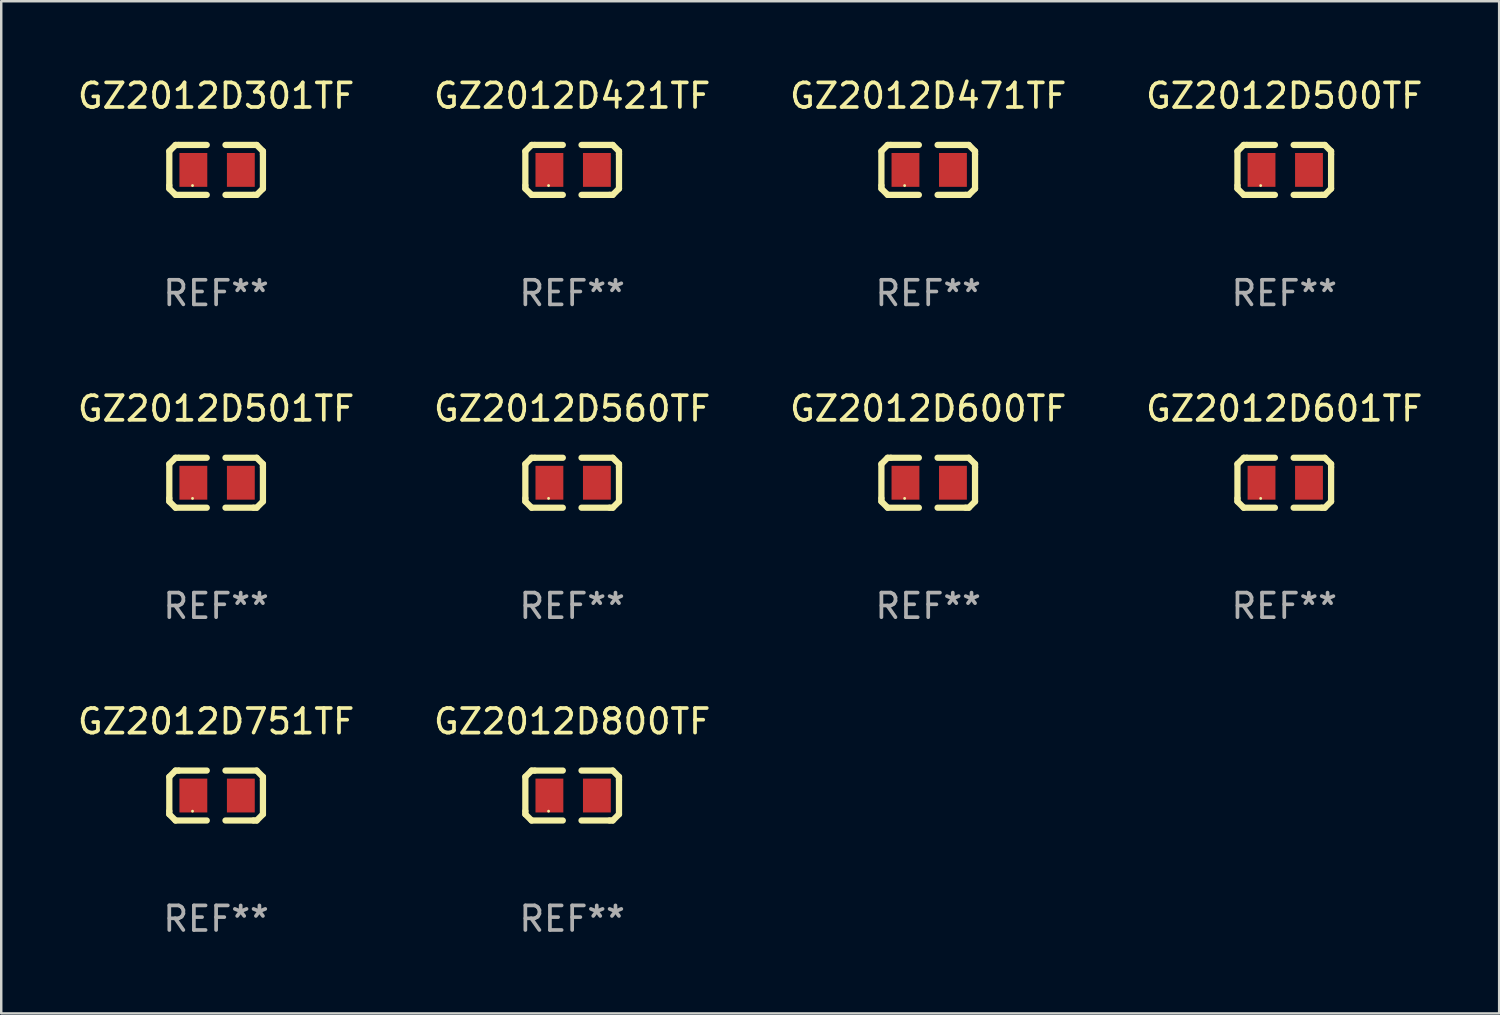
<source format=kicad_pcb>
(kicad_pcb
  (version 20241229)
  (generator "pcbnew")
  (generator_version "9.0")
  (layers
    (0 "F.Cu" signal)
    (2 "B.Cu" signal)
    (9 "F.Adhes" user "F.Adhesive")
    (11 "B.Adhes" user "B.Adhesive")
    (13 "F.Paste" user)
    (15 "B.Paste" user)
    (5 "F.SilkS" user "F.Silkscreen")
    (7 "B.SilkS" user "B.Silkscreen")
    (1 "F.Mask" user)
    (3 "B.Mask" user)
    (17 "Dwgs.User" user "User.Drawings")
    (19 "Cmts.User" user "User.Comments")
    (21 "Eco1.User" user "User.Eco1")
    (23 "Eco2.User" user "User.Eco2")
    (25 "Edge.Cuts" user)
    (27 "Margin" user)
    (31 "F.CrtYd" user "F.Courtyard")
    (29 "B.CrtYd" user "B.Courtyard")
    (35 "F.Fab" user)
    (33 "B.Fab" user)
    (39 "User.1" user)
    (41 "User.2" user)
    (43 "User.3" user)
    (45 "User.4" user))
  (footprint "GZ2012D421TF"
    (layer "F.Cu")
    (at 20.232 3.864)
    (property "Reference" "GZ2012D421TF" (at 0 -3.016 0) (layer "F.SilkS") (effects (font (size 1 1) (thickness 0.15))))
    (attr through_hole)
    (fp_line (start -1.905 -0.762) (end -1.905 0.635) (stroke (width 0.254) (type solid)) (layer "F.SilkS"))
    (fp_line (start -1.905 0.635) (end -1.905 0.762) (stroke (width 0.254) (type solid)) (layer "F.SilkS"))
    (fp_line (start -1.905 0.762) (end -1.651 1.016) (stroke (width 0.254) (type solid)) (layer "F.SilkS"))
    (fp_line (start -1.651 -1.016) (end -1.905 -0.762) (stroke (width 0.254) (type solid)) (layer "F.SilkS"))
    (fp_line (start -1.651 1.016) (end -0.381 1.016) (stroke (width 0.254) (type solid)) (layer "F.SilkS"))
    (fp_line (start -1.524 -1.016) (end -1.651 -1.016) (stroke (width 0.254) (type solid)) (layer "F.SilkS"))
    (fp_line (start -0.381 -1.016) (end -1.524 -1.016) (stroke (width 0.254) (type solid)) (layer "F.SilkS"))
    (fp_line (start 0.381 1.016) (end 1.524 1.016) (stroke (width 0.254) (type solid)) (layer "F.SilkS"))
    (fp_line (start 1.524 1.016) (end 1.651 1.016) (stroke (width 0.254) (type solid)) (layer "F.SilkS"))
    (fp_line (start 1.651 -1.016) (end 0.381 -1.016) (stroke (width 0.254) (type solid)) (layer "F.SilkS"))
    (fp_line (start 1.651 1.016) (end 1.905 0.762) (stroke (width 0.254) (type solid)) (layer "F.SilkS"))
    (fp_line (start 1.905 -0.762) (end 1.651 -1.016) (stroke (width 0.254) (type solid)) (layer "F.SilkS"))
    (fp_line (start 1.905 -0.635) (end 1.905 -0.762) (stroke (width 0.254) (type solid)) (layer "F.SilkS"))
    (fp_line (start 1.905 0.762) (end 1.905 -0.635) (stroke (width 0.254) (type solid)) (layer "F.SilkS"))
    (fp_circle (center -0.96 0.637) (end -0.93 0.637) (stroke (width 0.06) (type solid)) (fill no) (layer "F.SilkS"))
    (fp_text user "REF**" (at 0 5.016 0) (layer "F.Fab") (effects (font (size 1 1) (thickness 0.15))))
    (pad "1" smd rect (at -0.926 -0.000051) (size 1.133 1.377) (layers "F.Cu" "F.Mask" "F.Paste"))
    (pad "2" smd rect (at 1.006 -0.000051) (size 1.133 1.377) (layers "F.Cu" "F.Mask" "F.Paste")))
  (footprint "GZ2012D751TF"
    (layer "F.Cu")
    (at 5.744 29.321)
    (property "Reference" "GZ2012D751TF" (at 0 -3.016 0) (layer "F.SilkS") (effects (font (size 1 1) (thickness 0.15))))
    (attr through_hole)
    (fp_line (start -1.905 -0.762) (end -1.905 0.635) (stroke (width 0.254) (type solid)) (layer "F.SilkS"))
    (fp_line (start -1.905 0.635) (end -1.905 0.762) (stroke (width 0.254) (type solid)) (layer "F.SilkS"))
    (fp_line (start -1.905 0.762) (end -1.651 1.016) (stroke (width 0.254) (type solid)) (layer "F.SilkS"))
    (fp_line (start -1.651 -1.016) (end -1.905 -0.762) (stroke (width 0.254) (type solid)) (layer "F.SilkS"))
    (fp_line (start -1.651 1.016) (end -0.381 1.016) (stroke (width 0.254) (type solid)) (layer "F.SilkS"))
    (fp_line (start -1.524 -1.016) (end -1.651 -1.016) (stroke (width 0.254) (type solid)) (layer "F.SilkS"))
    (fp_line (start -0.381 -1.016) (end -1.524 -1.016) (stroke (width 0.254) (type solid)) (layer "F.SilkS"))
    (fp_line (start 0.381 1.016) (end 1.524 1.016) (stroke (width 0.254) (type solid)) (layer "F.SilkS"))
    (fp_line (start 1.524 1.016) (end 1.651 1.016) (stroke (width 0.254) (type solid)) (layer "F.SilkS"))
    (fp_line (start 1.651 -1.016) (end 0.381 -1.016) (stroke (width 0.254) (type solid)) (layer "F.SilkS"))
    (fp_line (start 1.651 1.016) (end 1.905 0.762) (stroke (width 0.254) (type solid)) (layer "F.SilkS"))
    (fp_line (start 1.905 -0.762) (end 1.651 -1.016) (stroke (width 0.254) (type solid)) (layer "F.SilkS"))
    (fp_line (start 1.905 -0.635) (end 1.905 -0.762) (stroke (width 0.254) (type solid)) (layer "F.SilkS"))
    (fp_line (start 1.905 0.762) (end 1.905 -0.635) (stroke (width 0.254) (type solid)) (layer "F.SilkS"))
    (fp_circle (center -0.96 0.637) (end -0.93 0.637) (stroke (width 0.06) (type solid)) (fill no) (layer "F.SilkS"))
    (fp_text user "REF**" (at 0 5.016 0) (layer "F.Fab") (effects (font (size 1 1) (thickness 0.15))))
    (pad "1" smd rect (at -0.926 -0.000051) (size 1.133 1.377) (layers "F.Cu" "F.Mask" "F.Paste"))
    (pad "2" smd rect (at 1.006 -0.000051) (size 1.133 1.377) (layers "F.Cu" "F.Mask" "F.Paste")))
  (footprint "GZ2012D800TF"
    (layer "F.Cu")
    (at 20.232 29.321)
    (property "Reference" "GZ2012D800TF" (at 0 -3.016 0) (layer "F.SilkS") (effects (font (size 1 1) (thickness 0.15))))
    (attr through_hole)
    (fp_line (start -1.905 -0.762) (end -1.905 0.635) (stroke (width 0.254) (type solid)) (layer "F.SilkS"))
    (fp_line (start -1.905 0.635) (end -1.905 0.762) (stroke (width 0.254) (type solid)) (layer "F.SilkS"))
    (fp_line (start -1.905 0.762) (end -1.651 1.016) (stroke (width 0.254) (type solid)) (layer "F.SilkS"))
    (fp_line (start -1.651 -1.016) (end -1.905 -0.762) (stroke (width 0.254) (type solid)) (layer "F.SilkS"))
    (fp_line (start -1.651 1.016) (end -0.381 1.016) (stroke (width 0.254) (type solid)) (layer "F.SilkS"))
    (fp_line (start -1.524 -1.016) (end -1.651 -1.016) (stroke (width 0.254) (type solid)) (layer "F.SilkS"))
    (fp_line (start -0.381 -1.016) (end -1.524 -1.016) (stroke (width 0.254) (type solid)) (layer "F.SilkS"))
    (fp_line (start 0.381 1.016) (end 1.524 1.016) (stroke (width 0.254) (type solid)) (layer "F.SilkS"))
    (fp_line (start 1.524 1.016) (end 1.651 1.016) (stroke (width 0.254) (type solid)) (layer "F.SilkS"))
    (fp_line (start 1.651 -1.016) (end 0.381 -1.016) (stroke (width 0.254) (type solid)) (layer "F.SilkS"))
    (fp_line (start 1.651 1.016) (end 1.905 0.762) (stroke (width 0.254) (type solid)) (layer "F.SilkS"))
    (fp_line (start 1.905 -0.762) (end 1.651 -1.016) (stroke (width 0.254) (type solid)) (layer "F.SilkS"))
    (fp_line (start 1.905 -0.635) (end 1.905 -0.762) (stroke (width 0.254) (type solid)) (layer "F.SilkS"))
    (fp_line (start 1.905 0.762) (end 1.905 -0.635) (stroke (width 0.254) (type solid)) (layer "F.SilkS"))
    (fp_circle (center -0.96 0.637) (end -0.93 0.637) (stroke (width 0.06) (type solid)) (fill no) (layer "F.SilkS"))
    (fp_text user "REF**" (at 0 5.016 0) (layer "F.Fab") (effects (font (size 1 1) (thickness 0.15))))
    (pad "1" smd rect (at -0.926 -0.000051) (size 1.133 1.377) (layers "F.Cu" "F.Mask" "F.Paste"))
    (pad "2" smd rect (at 1.006 -0.000051) (size 1.133 1.377) (layers "F.Cu" "F.Mask" "F.Paste")))
  (footprint "GZ2012D471TF"
    (layer "F.Cu")
    (at 34.72 3.864)
    (property "Reference" "GZ2012D471TF" (at 0 -3.016 0) (layer "F.SilkS") (effects (font (size 1 1) (thickness 0.15))))
    (attr through_hole)
    (fp_line (start -1.905 -0.762) (end -1.905 0.635) (stroke (width 0.254) (type solid)) (layer "F.SilkS"))
    (fp_line (start -1.905 0.635) (end -1.905 0.762) (stroke (width 0.254) (type solid)) (layer "F.SilkS"))
    (fp_line (start -1.905 0.762) (end -1.651 1.016) (stroke (width 0.254) (type solid)) (layer "F.SilkS"))
    (fp_line (start -1.651 -1.016) (end -1.905 -0.762) (stroke (width 0.254) (type solid)) (layer "F.SilkS"))
    (fp_line (start -1.651 1.016) (end -0.381 1.016) (stroke (width 0.254) (type solid)) (layer "F.SilkS"))
    (fp_line (start -1.524 -1.016) (end -1.651 -1.016) (stroke (width 0.254) (type solid)) (layer "F.SilkS"))
    (fp_line (start -0.381 -1.016) (end -1.524 -1.016) (stroke (width 0.254) (type solid)) (layer "F.SilkS"))
    (fp_line (start 0.381 1.016) (end 1.524 1.016) (stroke (width 0.254) (type solid)) (layer "F.SilkS"))
    (fp_line (start 1.524 1.016) (end 1.651 1.016) (stroke (width 0.254) (type solid)) (layer "F.SilkS"))
    (fp_line (start 1.651 -1.016) (end 0.381 -1.016) (stroke (width 0.254) (type solid)) (layer "F.SilkS"))
    (fp_line (start 1.651 1.016) (end 1.905 0.762) (stroke (width 0.254) (type solid)) (layer "F.SilkS"))
    (fp_line (start 1.905 -0.762) (end 1.651 -1.016) (stroke (width 0.254) (type solid)) (layer "F.SilkS"))
    (fp_line (start 1.905 -0.635) (end 1.905 -0.762) (stroke (width 0.254) (type solid)) (layer "F.SilkS"))
    (fp_line (start 1.905 0.762) (end 1.905 -0.635) (stroke (width 0.254) (type solid)) (layer "F.SilkS"))
    (fp_circle (center -0.96 0.637) (end -0.93 0.637) (stroke (width 0.06) (type solid)) (fill no) (layer "F.SilkS"))
    (fp_text user "REF**" (at 0 5.016 0) (layer "F.Fab") (effects (font (size 1 1) (thickness 0.15))))
    (pad "1" smd rect (at -0.926 -0.000051) (size 1.133 1.377) (layers "F.Cu" "F.Mask" "F.Paste"))
    (pad "2" smd rect (at 1.006 -0.000051) (size 1.133 1.377) (layers "F.Cu" "F.Mask" "F.Paste")))
  (footprint "GZ2012D501TF"
    (layer "F.Cu")
    (at 5.744 16.593)
    (property "Reference" "GZ2012D501TF" (at 0 -3.016 0) (layer "F.SilkS") (effects (font (size 1 1) (thickness 0.15))))
    (attr through_hole)
    (fp_line (start -1.905 -0.762) (end -1.905 0.635) (stroke (width 0.254) (type solid)) (layer "F.SilkS"))
    (fp_line (start -1.905 0.635) (end -1.905 0.762) (stroke (width 0.254) (type solid)) (layer "F.SilkS"))
    (fp_line (start -1.905 0.762) (end -1.651 1.016) (stroke (width 0.254) (type solid)) (layer "F.SilkS"))
    (fp_line (start -1.651 -1.016) (end -1.905 -0.762) (stroke (width 0.254) (type solid)) (layer "F.SilkS"))
    (fp_line (start -1.651 1.016) (end -0.381 1.016) (stroke (width 0.254) (type solid)) (layer "F.SilkS"))
    (fp_line (start -1.524 -1.016) (end -1.651 -1.016) (stroke (width 0.254) (type solid)) (layer "F.SilkS"))
    (fp_line (start -0.381 -1.016) (end -1.524 -1.016) (stroke (width 0.254) (type solid)) (layer "F.SilkS"))
    (fp_line (start 0.381 1.016) (end 1.524 1.016) (stroke (width 0.254) (type solid)) (layer "F.SilkS"))
    (fp_line (start 1.524 1.016) (end 1.651 1.016) (stroke (width 0.254) (type solid)) (layer "F.SilkS"))
    (fp_line (start 1.651 -1.016) (end 0.381 -1.016) (stroke (width 0.254) (type solid)) (layer "F.SilkS"))
    (fp_line (start 1.651 1.016) (end 1.905 0.762) (stroke (width 0.254) (type solid)) (layer "F.SilkS"))
    (fp_line (start 1.905 -0.762) (end 1.651 -1.016) (stroke (width 0.254) (type solid)) (layer "F.SilkS"))
    (fp_line (start 1.905 -0.635) (end 1.905 -0.762) (stroke (width 0.254) (type solid)) (layer "F.SilkS"))
    (fp_line (start 1.905 0.762) (end 1.905 -0.635) (stroke (width 0.254) (type solid)) (layer "F.SilkS"))
    (fp_circle (center -0.96 0.637) (end -0.93 0.637) (stroke (width 0.06) (type solid)) (fill no) (layer "F.SilkS"))
    (fp_text user "REF**" (at 0 5.016 0) (layer "F.Fab") (effects (font (size 1 1) (thickness 0.15))))
    (pad "1" smd rect (at -0.926 -0.000051) (size 1.133 1.377) (layers "F.Cu" "F.Mask" "F.Paste"))
    (pad "2" smd rect (at 1.006 -0.000051) (size 1.133 1.377) (layers "F.Cu" "F.Mask" "F.Paste")))
  (footprint "GZ2012D500TF"
    (layer "F.Cu")
    (at 49.208 3.864)
    (property "Reference" "GZ2012D500TF" (at 0 -3.016 0) (layer "F.SilkS") (effects (font (size 1 1) (thickness 0.15))))
    (attr through_hole)
    (fp_line (start -1.905 -0.762) (end -1.905 0.635) (stroke (width 0.254) (type solid)) (layer "F.SilkS"))
    (fp_line (start -1.905 0.635) (end -1.905 0.762) (stroke (width 0.254) (type solid)) (layer "F.SilkS"))
    (fp_line (start -1.905 0.762) (end -1.651 1.016) (stroke (width 0.254) (type solid)) (layer "F.SilkS"))
    (fp_line (start -1.651 -1.016) (end -1.905 -0.762) (stroke (width 0.254) (type solid)) (layer "F.SilkS"))
    (fp_line (start -1.651 1.016) (end -0.381 1.016) (stroke (width 0.254) (type solid)) (layer "F.SilkS"))
    (fp_line (start -1.524 -1.016) (end -1.651 -1.016) (stroke (width 0.254) (type solid)) (layer "F.SilkS"))
    (fp_line (start -0.381 -1.016) (end -1.524 -1.016) (stroke (width 0.254) (type solid)) (layer "F.SilkS"))
    (fp_line (start 0.381 1.016) (end 1.524 1.016) (stroke (width 0.254) (type solid)) (layer "F.SilkS"))
    (fp_line (start 1.524 1.016) (end 1.651 1.016) (stroke (width 0.254) (type solid)) (layer "F.SilkS"))
    (fp_line (start 1.651 -1.016) (end 0.381 -1.016) (stroke (width 0.254) (type solid)) (layer "F.SilkS"))
    (fp_line (start 1.651 1.016) (end 1.905 0.762) (stroke (width 0.254) (type solid)) (layer "F.SilkS"))
    (fp_line (start 1.905 -0.762) (end 1.651 -1.016) (stroke (width 0.254) (type solid)) (layer "F.SilkS"))
    (fp_line (start 1.905 -0.635) (end 1.905 -0.762) (stroke (width 0.254) (type solid)) (layer "F.SilkS"))
    (fp_line (start 1.905 0.762) (end 1.905 -0.635) (stroke (width 0.254) (type solid)) (layer "F.SilkS"))
    (fp_circle (center -0.96 0.637) (end -0.93 0.637) (stroke (width 0.06) (type solid)) (fill no) (layer "F.SilkS"))
    (fp_text user "REF**" (at 0 5.016 0) (layer "F.Fab") (effects (font (size 1 1) (thickness 0.15))))
    (pad "1" smd rect (at -0.926 -0.000051) (size 1.133 1.377) (layers "F.Cu" "F.Mask" "F.Paste"))
    (pad "2" smd rect (at 1.006 -0.000051) (size 1.133 1.377) (layers "F.Cu" "F.Mask" "F.Paste")))
  (footprint "GZ2012D560TF"
    (layer "F.Cu")
    (at 20.232 16.593)
    (property "Reference" "GZ2012D560TF" (at 0 -3.016 0) (layer "F.SilkS") (effects (font (size 1 1) (thickness 0.15))))
    (attr through_hole)
    (fp_line (start -1.905 -0.762) (end -1.905 0.635) (stroke (width 0.254) (type solid)) (layer "F.SilkS"))
    (fp_line (start -1.905 0.635) (end -1.905 0.762) (stroke (width 0.254) (type solid)) (layer "F.SilkS"))
    (fp_line (start -1.905 0.762) (end -1.651 1.016) (stroke (width 0.254) (type solid)) (layer "F.SilkS"))
    (fp_line (start -1.651 -1.016) (end -1.905 -0.762) (stroke (width 0.254) (type solid)) (layer "F.SilkS"))
    (fp_line (start -1.651 1.016) (end -0.381 1.016) (stroke (width 0.254) (type solid)) (layer "F.SilkS"))
    (fp_line (start -1.524 -1.016) (end -1.651 -1.016) (stroke (width 0.254) (type solid)) (layer "F.SilkS"))
    (fp_line (start -0.381 -1.016) (end -1.524 -1.016) (stroke (width 0.254) (type solid)) (layer "F.SilkS"))
    (fp_line (start 0.381 1.016) (end 1.524 1.016) (stroke (width 0.254) (type solid)) (layer "F.SilkS"))
    (fp_line (start 1.524 1.016) (end 1.651 1.016) (stroke (width 0.254) (type solid)) (layer "F.SilkS"))
    (fp_line (start 1.651 -1.016) (end 0.381 -1.016) (stroke (width 0.254) (type solid)) (layer "F.SilkS"))
    (fp_line (start 1.651 1.016) (end 1.905 0.762) (stroke (width 0.254) (type solid)) (layer "F.SilkS"))
    (fp_line (start 1.905 -0.762) (end 1.651 -1.016) (stroke (width 0.254) (type solid)) (layer "F.SilkS"))
    (fp_line (start 1.905 -0.635) (end 1.905 -0.762) (stroke (width 0.254) (type solid)) (layer "F.SilkS"))
    (fp_line (start 1.905 0.762) (end 1.905 -0.635) (stroke (width 0.254) (type solid)) (layer "F.SilkS"))
    (fp_circle (center -0.96 0.637) (end -0.93 0.637) (stroke (width 0.06) (type solid)) (fill no) (layer "F.SilkS"))
    (fp_text user "REF**" (at 0 5.016 0) (layer "F.Fab") (effects (font (size 1 1) (thickness 0.15))))
    (pad "1" smd rect (at -0.926 -0.000051) (size 1.133 1.377) (layers "F.Cu" "F.Mask" "F.Paste"))
    (pad "2" smd rect (at 1.006 -0.000051) (size 1.133 1.377) (layers "F.Cu" "F.Mask" "F.Paste")))
  (footprint "GZ2012D600TF"
    (layer "F.Cu")
    (at 34.72 16.593)
    (property "Reference" "GZ2012D600TF" (at 0 -3.016 0) (layer "F.SilkS") (effects (font (size 1 1) (thickness 0.15))))
    (attr through_hole)
    (fp_line (start -1.905 -0.762) (end -1.905 0.635) (stroke (width 0.254) (type solid)) (layer "F.SilkS"))
    (fp_line (start -1.905 0.635) (end -1.905 0.762) (stroke (width 0.254) (type solid)) (layer "F.SilkS"))
    (fp_line (start -1.905 0.762) (end -1.651 1.016) (stroke (width 0.254) (type solid)) (layer "F.SilkS"))
    (fp_line (start -1.651 -1.016) (end -1.905 -0.762) (stroke (width 0.254) (type solid)) (layer "F.SilkS"))
    (fp_line (start -1.651 1.016) (end -0.381 1.016) (stroke (width 0.254) (type solid)) (layer "F.SilkS"))
    (fp_line (start -1.524 -1.016) (end -1.651 -1.016) (stroke (width 0.254) (type solid)) (layer "F.SilkS"))
    (fp_line (start -0.381 -1.016) (end -1.524 -1.016) (stroke (width 0.254) (type solid)) (layer "F.SilkS"))
    (fp_line (start 0.381 1.016) (end 1.524 1.016) (stroke (width 0.254) (type solid)) (layer "F.SilkS"))
    (fp_line (start 1.524 1.016) (end 1.651 1.016) (stroke (width 0.254) (type solid)) (layer "F.SilkS"))
    (fp_line (start 1.651 -1.016) (end 0.381 -1.016) (stroke (width 0.254) (type solid)) (layer "F.SilkS"))
    (fp_line (start 1.651 1.016) (end 1.905 0.762) (stroke (width 0.254) (type solid)) (layer "F.SilkS"))
    (fp_line (start 1.905 -0.762) (end 1.651 -1.016) (stroke (width 0.254) (type solid)) (layer "F.SilkS"))
    (fp_line (start 1.905 -0.635) (end 1.905 -0.762) (stroke (width 0.254) (type solid)) (layer "F.SilkS"))
    (fp_line (start 1.905 0.762) (end 1.905 -0.635) (stroke (width 0.254) (type solid)) (layer "F.SilkS"))
    (fp_circle (center -0.96 0.637) (end -0.93 0.637) (stroke (width 0.06) (type solid)) (fill no) (layer "F.SilkS"))
    (fp_text user "REF**" (at 0 5.016 0) (layer "F.Fab") (effects (font (size 1 1) (thickness 0.15))))
    (pad "1" smd rect (at -0.926 -0.000051) (size 1.133 1.377) (layers "F.Cu" "F.Mask" "F.Paste"))
    (pad "2" smd rect (at 1.006 -0.000051) (size 1.133 1.377) (layers "F.Cu" "F.Mask" "F.Paste")))
  (footprint "GZ2012D601TF"
    (layer "F.Cu")
    (at 49.208 16.593)
    (property "Reference" "GZ2012D601TF" (at 0 -3.016 0) (layer "F.SilkS") (effects (font (size 1 1) (thickness 0.15))))
    (attr through_hole)
    (fp_line (start -1.905 -0.762) (end -1.905 0.635) (stroke (width 0.254) (type solid)) (layer "F.SilkS"))
    (fp_line (start -1.905 0.635) (end -1.905 0.762) (stroke (width 0.254) (type solid)) (layer "F.SilkS"))
    (fp_line (start -1.905 0.762) (end -1.651 1.016) (stroke (width 0.254) (type solid)) (layer "F.SilkS"))
    (fp_line (start -1.651 -1.016) (end -1.905 -0.762) (stroke (width 0.254) (type solid)) (layer "F.SilkS"))
    (fp_line (start -1.651 1.016) (end -0.381 1.016) (stroke (width 0.254) (type solid)) (layer "F.SilkS"))
    (fp_line (start -1.524 -1.016) (end -1.651 -1.016) (stroke (width 0.254) (type solid)) (layer "F.SilkS"))
    (fp_line (start -0.381 -1.016) (end -1.524 -1.016) (stroke (width 0.254) (type solid)) (layer "F.SilkS"))
    (fp_line (start 0.381 1.016) (end 1.524 1.016) (stroke (width 0.254) (type solid)) (layer "F.SilkS"))
    (fp_line (start 1.524 1.016) (end 1.651 1.016) (stroke (width 0.254) (type solid)) (layer "F.SilkS"))
    (fp_line (start 1.651 -1.016) (end 0.381 -1.016) (stroke (width 0.254) (type solid)) (layer "F.SilkS"))
    (fp_line (start 1.651 1.016) (end 1.905 0.762) (stroke (width 0.254) (type solid)) (layer "F.SilkS"))
    (fp_line (start 1.905 -0.762) (end 1.651 -1.016) (stroke (width 0.254) (type solid)) (layer "F.SilkS"))
    (fp_line (start 1.905 -0.635) (end 1.905 -0.762) (stroke (width 0.254) (type solid)) (layer "F.SilkS"))
    (fp_line (start 1.905 0.762) (end 1.905 -0.635) (stroke (width 0.254) (type solid)) (layer "F.SilkS"))
    (fp_circle (center -0.96 0.637) (end -0.93 0.637) (stroke (width 0.06) (type solid)) (fill no) (layer "F.SilkS"))
    (fp_text user "REF**" (at 0 5.016 0) (layer "F.Fab") (effects (font (size 1 1) (thickness 0.15))))
    (pad "1" smd rect (at -0.926 -0.000051) (size 1.133 1.377) (layers "F.Cu" "F.Mask" "F.Paste"))
    (pad "2" smd rect (at 1.006 -0.000051) (size 1.133 1.377) (layers "F.Cu" "F.Mask" "F.Paste")))
  (footprint "GZ2012D301TF"
    (layer "F.Cu")
    (at 5.744 3.864)
    (property "Reference" "GZ2012D301TF" (at 0 -3.016 0) (layer "F.SilkS") (effects (font (size 1 1) (thickness 0.15))))
    (attr through_hole)
    (fp_line (start -1.905 -0.762) (end -1.905 0.635) (stroke (width 0.254) (type solid)) (layer "F.SilkS"))
    (fp_line (start -1.905 0.635) (end -1.905 0.762) (stroke (width 0.254) (type solid)) (layer "F.SilkS"))
    (fp_line (start -1.905 0.762) (end -1.651 1.016) (stroke (width 0.254) (type solid)) (layer "F.SilkS"))
    (fp_line (start -1.651 -1.016) (end -1.905 -0.762) (stroke (width 0.254) (type solid)) (layer "F.SilkS"))
    (fp_line (start -1.651 1.016) (end -0.381 1.016) (stroke (width 0.254) (type solid)) (layer "F.SilkS"))
    (fp_line (start -1.524 -1.016) (end -1.651 -1.016) (stroke (width 0.254) (type solid)) (layer "F.SilkS"))
    (fp_line (start -0.381 -1.016) (end -1.524 -1.016) (stroke (width 0.254) (type solid)) (layer "F.SilkS"))
    (fp_line (start 0.381 1.016) (end 1.524 1.016) (stroke (width 0.254) (type solid)) (layer "F.SilkS"))
    (fp_line (start 1.524 1.016) (end 1.651 1.016) (stroke (width 0.254) (type solid)) (layer "F.SilkS"))
    (fp_line (start 1.651 -1.016) (end 0.381 -1.016) (stroke (width 0.254) (type solid)) (layer "F.SilkS"))
    (fp_line (start 1.651 1.016) (end 1.905 0.762) (stroke (width 0.254) (type solid)) (layer "F.SilkS"))
    (fp_line (start 1.905 -0.762) (end 1.651 -1.016) (stroke (width 0.254) (type solid)) (layer "F.SilkS"))
    (fp_line (start 1.905 -0.635) (end 1.905 -0.762) (stroke (width 0.254) (type solid)) (layer "F.SilkS"))
    (fp_line (start 1.905 0.762) (end 1.905 -0.635) (stroke (width 0.254) (type solid)) (layer "F.SilkS"))
    (fp_circle (center -0.96 0.637) (end -0.93 0.637) (stroke (width 0.06) (type solid)) (fill no) (layer "F.SilkS"))
    (fp_text user "REF**" (at 0 5.016 0) (layer "F.Fab") (effects (font (size 1 1) (thickness 0.15))))
    (pad "1" smd rect (at -0.926 -0.000051) (size 1.133 1.377) (layers "F.Cu" "F.Mask" "F.Paste"))
    (pad "2" smd rect (at 1.006 -0.000051) (size 1.133 1.377) (layers "F.Cu" "F.Mask" "F.Paste")))
  (gr_rect
    (start -3 -3)
    (end 57.952 38.186)
    (stroke (width 0.1) (type default))
    (fill no)
    (layer "Edge.Cuts")))
</source>
